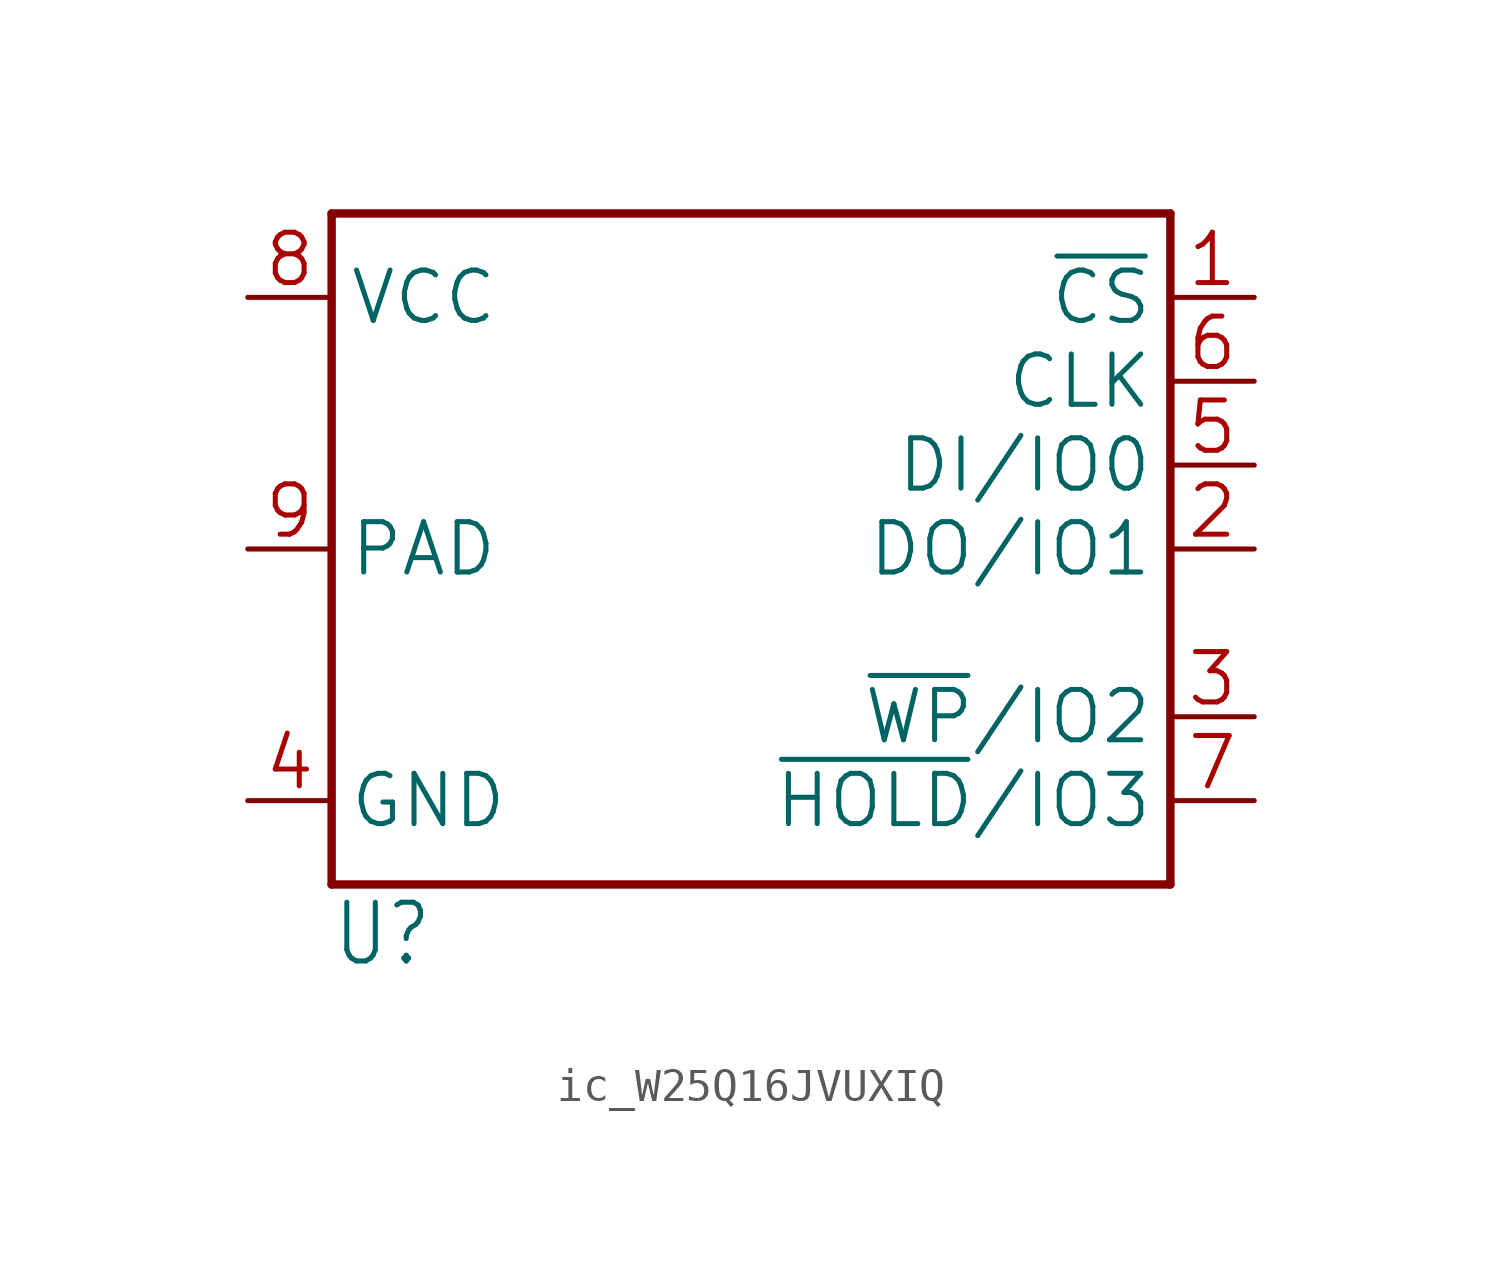
<source format=kicad_sym>
(kicad_symbol_lib
  (version 20241209)
  (generator "kicad_symbol_editor")
  (generator_version "9.0")
  (symbol "ic_W25Q16JVUXIQ"
    (property "Reference" "U"
      (at -12.7 -12.7 0)
      (effects (font (size 1.778 1.511)) (justify left bottom)))
    (property "Value" ""
      (at -2.54 -12.7 0)
      (effects (font (size 1.778 1.511)) (justify left bottom)))
    (property "ki_locked" ""
      (at 0 0 0)
      (effects (font (size 1.27 1.27))))
    (symbol "ic_W25Q16JVUXIQ_1_0"
      (polyline (pts (xy -12.7 10.16) (xy 12.7 10.16)) (stroke (width 0.254) (type solid)) (fill (type none)))
      (polyline (pts (xy -12.7 -10.16) (xy -12.7 10.16)) (stroke (width 0.254) (type solid)) (fill (type none)))
      (polyline (pts (xy 12.7 10.16) (xy 12.7 -10.16)) (stroke (width 0.254) (type solid)) (fill (type none)))
      (polyline (pts (xy 12.7 -10.16) (xy -12.7 -10.16)) (stroke (width 0.254) (type solid)) (fill (type none)))
      (pin bidirectional line (at -15.24 7.62 0) (length 2.54) (name "VCC" (effects (font (size 1.524 1.524)))) (number "8" (effects (font (size 1.524 1.524)))))
      (pin bidirectional line (at -15.24 0 0) (length 2.54) (name "PAD" (effects (font (size 1.524 1.524)))) (number "9" (effects (font (size 1.524 1.524)))))
      (pin bidirectional line (at -15.24 -7.62 0) (length 2.54) (name "GND" (effects (font (size 1.524 1.524)))) (number "4" (effects (font (size 1.524 1.524)))))
      (pin input line (at 15.24 7.62 180) (length 2.54) (name "~{CS}" (effects (font (size 1.524 1.524)))) (number "1" (effects (font (size 1.524 1.524)))))
      (pin input line (at 15.24 5.08 180) (length 2.54) (name "CLK" (effects (font (size 1.524 1.524)))) (number "6" (effects (font (size 1.524 1.524)))))
      (pin bidirectional line (at 15.24 2.54 180) (length 2.54) (name "DI/IO0" (effects (font (size 1.524 1.524)))) (number "5" (effects (font (size 1.524 1.524)))))
      (pin bidirectional line (at 15.24 0 180) (length 2.54) (name "DO/IO1" (effects (font (size 1.524 1.524)))) (number "2" (effects (font (size 1.524 1.524)))))
      (pin bidirectional line (at 15.24 -5.08 180) (length 2.54) (name "~{WP}/IO2" (effects (font (size 1.524 1.524)))) (number "3" (effects (font (size 1.524 1.524)))))
      (pin bidirectional line (at 15.24 -7.62 180) (length 2.54) (name "~{HOLD}/IO3" (effects (font (size 1.524 1.524)))) (number "7" (effects (font (size 1.524 1.524))))))))
</source>
